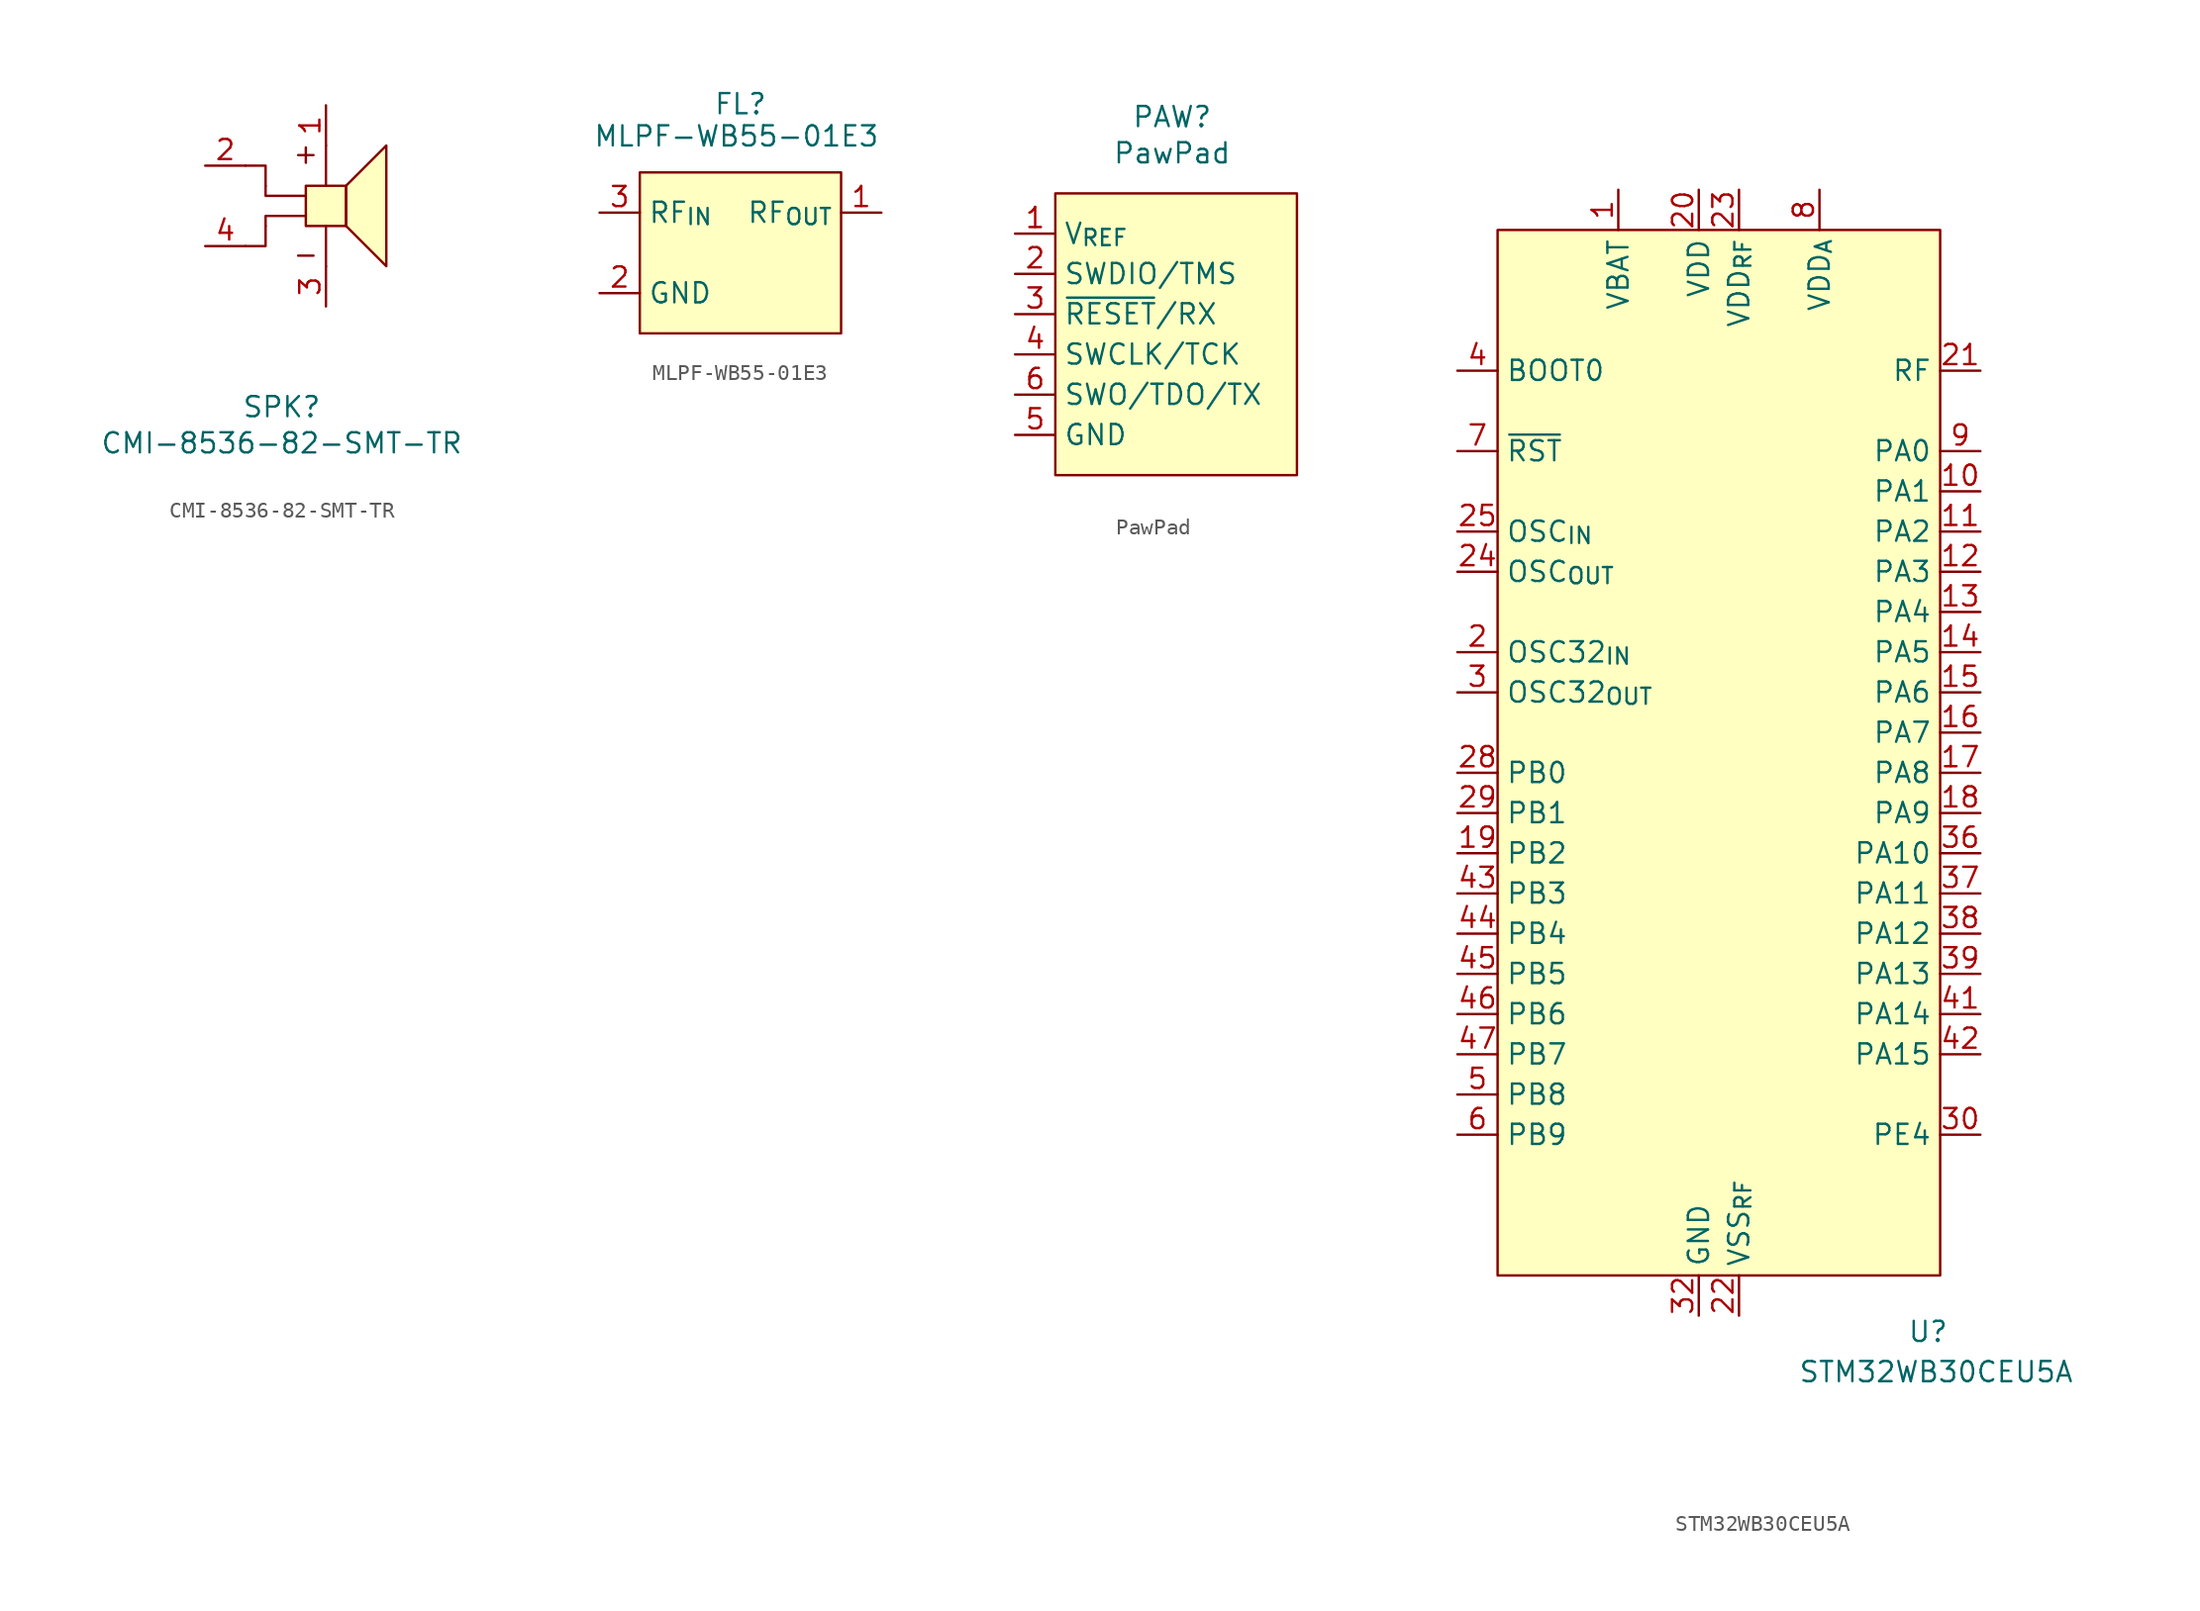
<source format=kicad_sym>
(kicad_symbol_lib
  (version 20231120)
  (generator "kicad_symbol_editor")
  (generator_version "8.0")
  (symbol "CMI-8536-82-SMT-TR"
    (property "Reference" "SPK"
      (at -0.254 -12.7 0)
      (effects (font (size 1.27 1.27))))
    (property "Value" "CMI-8536-82-SMT-TR"
      (at -0.254 -14.986 0)
      (effects (font (size 1.27 1.27))))
    (symbol "CMI-8536-82-SMT-TR_0_1"
      (polyline (pts (xy 2.54 -3.81) (xy 2.54 -1.27)) (stroke (width 0) (type default)) (fill (type none)))
      (polyline (pts (xy 2.54 1.27) (xy 2.54 3.81)) (stroke (width 0) (type default)) (fill (type none))))
    (symbol "CMI-8536-82-SMT-TR_1_1"
      (polyline (pts (xy -1.27 -1.27) (xy -1.27 -2.54) (xy -2.54 -2.54)) (stroke (width 0) (type default)) (fill (type none)))
      (polyline (pts (xy -1.27 1.27) (xy -1.27 2.54) (xy -2.54 2.54)) (stroke (width 0) (type default)) (fill (type none)))
      (polyline (pts (xy 1.27 -0.635) (xy -1.27 -0.635) (xy -1.27 -1.27)) (stroke (width 0) (type default)) (fill (type none)))
      (polyline (pts (xy 1.27 0.635) (xy -1.27 0.635) (xy -1.27 1.27)) (stroke (width 0) (type default)) (fill (type none)))
      (polyline (pts (xy 3.81 -1.27) (xy 3.81 1.27) (xy 1.27 1.27) (xy 1.27 -1.27) (xy 3.81 -1.27)) (stroke (width 0) (type default)) (fill (type background)))
      (polyline (pts (xy 6.35 -3.81) (xy 6.35 3.81) (xy 3.81 1.27) (xy 3.81 -1.27) (xy 6.35 -3.81)) (stroke (width 0) (type default)) (fill (type background)))
      (text "+" (at 1.27 3.302 0) (effects (font (size 1.27 1.27))))
      (text "-\n" (at 1.27 -3.048 0) (effects (font (size 1.27 1.27))))
      (pin input line (at 2.54 6.35 270) (length 2.54) (name "" (effects (font (size 1.27 1.27)))) (number "1" (effects (font (size 1.27 1.27)))))
      (pin input line (at -5.08 2.54 0) (length 2.54) (name "" (effects (font (size 1.27 1.27)))) (number "2" (effects (font (size 1.27 1.27)))))
      (pin input line (at 2.54 -6.35 90) (length 2.54) (name "" (effects (font (size 1.27 1.27)))) (number "3" (effects (font (size 1.27 1.27)))))
      (pin input line (at -5.08 -2.54 0) (length 2.54) (name "" (effects (font (size 1.27 1.27)))) (number "4" (effects (font (size 1.27 1.27)))))))
  (symbol "MLPF-WB55-01E3"
    (property "Reference" "FL"
      (at 0 9.398 0)
      (effects (font (size 1.27 1.27))))
    (property "Value" "MLPF-WB55-01E3"
      (at -0.254 7.366 0)
      (effects (font (size 1.27 1.27))))
    (symbol "MLPF-WB55-01E3_1_1"
      (rectangle (start -6.35 5.08) (end 6.35 -5.08) (stroke (width 0) (type default)) (fill (type background)))
      (pin passive line (at 8.89 2.54 180) (length 2.54) (name "RF_{OUT}" (effects (font (size 1.27 1.27)))) (number "1" (effects (font (size 1.27 1.27)))))
      (pin passive line (at -8.89 -2.54 0) (length 2.54) (name "GND" (effects (font (size 1.27 1.27)))) (number "2" (effects (font (size 1.27 1.27)))))
      (pin passive line (at -8.89 2.54 0) (length 2.54) (name "RF_{IN}" (effects (font (size 1.27 1.27)))) (number "3" (effects (font (size 1.27 1.27)))))
      (pin passive line (at -8.89 -2.54 0) (length 2.54) hide (name "GND" (effects (font (size 1.27 1.27)))) (number "4" (effects (font (size 1.27 1.27)))))
      (pin passive line (at -8.89 -2.54 0) (length 2.54) hide (name "GND" (effects (font (size 1.27 1.27)))) (number "5" (effects (font (size 1.27 1.27)))))
      (pin passive line (at -8.89 -2.54 0) (length 2.54) hide (name "GND" (effects (font (size 1.27 1.27)))) (number "6" (effects (font (size 1.27 1.27)))))))
  (symbol "PawPad"
    (property "Reference" "PAW"
      (at -0.254 13.716 0)
      (effects (font (size 1.27 1.27))))
    (property "Value" "PawPad"
      (at -0.254 11.43 0)
      (effects (font (size 1.27 1.27))))
    (symbol "PawPad_1_1"
      (rectangle (start -7.62 8.89) (end 7.62 -8.89) (stroke (width 0) (type default)) (fill (type background)))
      (pin input line (at -10.16 6.35 0) (length 2.54) (name "V_{REF}" (effects (font (size 1.27 1.27)))) (number "1" (effects (font (size 1.27 1.27)))))
      (pin input line (at -10.16 3.81 0) (length 2.54) (name "SWDIO/TMS" (effects (font (size 1.27 1.27)))) (number "2" (effects (font (size 1.27 1.27)))))
      (pin input line (at -10.16 1.27 0) (length 2.54) (name "~{RESET}/RX" (effects (font (size 1.27 1.27)))) (number "3" (effects (font (size 1.27 1.27)))))
      (pin input line (at -10.16 -1.27 0) (length 2.54) (name "SWCLK/TCK" (effects (font (size 1.27 1.27)))) (number "4" (effects (font (size 1.27 1.27)))))
      (pin input line (at -10.16 -6.35 0) (length 2.54) (name "GND" (effects (font (size 1.27 1.27)))) (number "5" (effects (font (size 1.27 1.27)))))
      (pin input line (at -10.16 -3.81 0) (length 2.54) (name "SWO/TDO/TX" (effects (font (size 1.27 1.27)))) (number "6" (effects (font (size 1.27 1.27)))))))
  (symbol "STM32WB30CEU5A"
    (property "Reference" "U"
      (at 13.208 -36.576 0)
      (effects (font (size 1.27 1.27))))
    (property "Value" "STM32WB30CEU5A"
      (at 13.716 -39.116 0)
      (effects (font (size 1.27 1.27))))
    (symbol "STM32WB30CEU5A_1_1"
      (rectangle (start -13.97 33.02) (end 13.97 -33.02) (stroke (width 0) (type default)) (fill (type background)))
      (pin input line (at -6.35 35.56 270) (length 2.54) (name "VBAT" (effects (font (size 1.27 1.27)))) (number "1" (effects (font (size 1.27 1.27)))))
      (pin input line (at 16.51 16.51 180) (length 2.54) (name "PA1" (effects (font (size 1.27 1.27)))) (number "10" (effects (font (size 1.27 1.27)))))
      (pin input line (at 16.51 13.97 180) (length 2.54) (name "PA2" (effects (font (size 1.27 1.27)))) (number "11" (effects (font (size 1.27 1.27)))))
      (pin input line (at 16.51 11.43 180) (length 2.54) (name "PA3" (effects (font (size 1.27 1.27)))) (number "12" (effects (font (size 1.27 1.27)))))
      (pin input line (at 16.51 8.89 180) (length 2.54) (name "PA4" (effects (font (size 1.27 1.27)))) (number "13" (effects (font (size 1.27 1.27)))))
      (pin input line (at 16.51 6.35 180) (length 2.54) (name "PA5" (effects (font (size 1.27 1.27)))) (number "14" (effects (font (size 1.27 1.27)))))
      (pin input line (at 16.51 3.81 180) (length 2.54) (name "PA6" (effects (font (size 1.27 1.27)))) (number "15" (effects (font (size 1.27 1.27)))))
      (pin input line (at 16.51 1.27 180) (length 2.54) (name "PA7" (effects (font (size 1.27 1.27)))) (number "16" (effects (font (size 1.27 1.27)))))
      (pin input line (at 16.51 -1.27 180) (length 2.54) (name "PA8" (effects (font (size 1.27 1.27)))) (number "17" (effects (font (size 1.27 1.27)))))
      (pin input line (at 16.51 -3.81 180) (length 2.54) (name "PA9" (effects (font (size 1.27 1.27)))) (number "18" (effects (font (size 1.27 1.27)))))
      (pin input line (at -16.51 -6.35 0) (length 2.54) (name "PB2" (effects (font (size 1.27 1.27)))) (number "19" (effects (font (size 1.27 1.27)))))
      (pin input line (at -16.51 6.35 0) (length 2.54) (name "OSC32_{IN}" (effects (font (size 1.27 1.27)))) (number "2" (effects (font (size 1.27 1.27)))))
      (pin input line (at -1.27 35.56 270) (length 2.54) (name "VDD" (effects (font (size 1.27 1.27)))) (number "20" (effects (font (size 1.27 1.27)))))
      (pin input line (at 16.51 24.13 180) (length 2.54) (name "RF" (effects (font (size 1.27 1.27)))) (number "21" (effects (font (size 1.27 1.27)))))
      (pin input line (at 1.27 -35.56 90) (length 2.54) (name "VSS_{RF}" (effects (font (size 1.27 1.27)))) (number "22" (effects (font (size 1.27 1.27)))))
      (pin input line (at 1.27 35.56 270) (length 2.54) (name "VDD_{RF}" (effects (font (size 1.27 1.27)))) (number "23" (effects (font (size 1.27 1.27)))))
      (pin input line (at -16.51 11.43 0) (length 2.54) (name "OSC_{OUT}" (effects (font (size 1.27 1.27)))) (number "24" (effects (font (size 1.27 1.27)))))
      (pin input line (at -16.51 13.97 0) (length 2.54) (name "OSC_{IN}" (effects (font (size 1.27 1.27)))) (number "25" (effects (font (size 1.27 1.27)))))
      (pin input line (at -16.51 -1.27 0) (length 2.54) (name "PB0" (effects (font (size 1.27 1.27)))) (number "28" (effects (font (size 1.27 1.27)))))
      (pin input line (at -16.51 -3.81 0) (length 2.54) (name "PB1" (effects (font (size 1.27 1.27)))) (number "29" (effects (font (size 1.27 1.27)))))
      (pin input line (at -16.51 3.81 0) (length 2.54) (name "OSC32_{OUT}" (effects (font (size 1.27 1.27)))) (number "3" (effects (font (size 1.27 1.27)))))
      (pin input line (at 16.51 -24.13 180) (length 2.54) (name "PE4" (effects (font (size 1.27 1.27)))) (number "30" (effects (font (size 1.27 1.27)))))
      (pin input line (at -1.27 35.56 270) (length 2.54) hide (name "VDD" (effects (font (size 1.27 1.27)))) (number "31" (effects (font (size 1.27 1.27)))))
      (pin input line (at -1.27 -35.56 90) (length 2.54) (name "GND" (effects (font (size 1.27 1.27)))) (number "32" (effects (font (size 1.27 1.27)))))
      (pin input line (at -1.27 35.56 270) (length 2.54) hide (name "VDD" (effects (font (size 1.27 1.27)))) (number "33" (effects (font (size 1.27 1.27)))))
      (pin input line (at -1.27 35.56 270) (length 2.54) hide (name "VDD" (effects (font (size 1.27 1.27)))) (number "34" (effects (font (size 1.27 1.27)))))
      (pin input line (at -1.27 35.56 270) (length 2.54) hide (name "VDD" (effects (font (size 1.27 1.27)))) (number "35" (effects (font (size 1.27 1.27)))))
      (pin input line (at 16.51 -6.35 180) (length 2.54) (name "PA10" (effects (font (size 1.27 1.27)))) (number "36" (effects (font (size 1.27 1.27)))))
      (pin input line (at 16.51 -8.89 180) (length 2.54) (name "PA11" (effects (font (size 1.27 1.27)))) (number "37" (effects (font (size 1.27 1.27)))))
      (pin input line (at 16.51 -11.43 180) (length 2.54) (name "PA12" (effects (font (size 1.27 1.27)))) (number "38" (effects (font (size 1.27 1.27)))))
      (pin input line (at 16.51 -13.97 180) (length 2.54) (name "PA13" (effects (font (size 1.27 1.27)))) (number "39" (effects (font (size 1.27 1.27)))))
      (pin input line (at -16.51 24.13 0) (length 2.54) (name "BOOT0" (effects (font (size 1.27 1.27)))) (number "4" (effects (font (size 1.27 1.27)))))
      (pin input line (at -1.27 35.56 270) (length 2.54) hide (name "VDD" (effects (font (size 1.27 1.27)))) (number "40" (effects (font (size 1.27 1.27)))))
      (pin input line (at 16.51 -16.51 180) (length 2.54) (name "PA14" (effects (font (size 1.27 1.27)))) (number "41" (effects (font (size 1.27 1.27)))))
      (pin input line (at 16.51 -19.05 180) (length 2.54) (name "PA15" (effects (font (size 1.27 1.27)))) (number "42" (effects (font (size 1.27 1.27)))))
      (pin input line (at -16.51 -8.89 0) (length 2.54) (name "PB3" (effects (font (size 1.27 1.27)))) (number "43" (effects (font (size 1.27 1.27)))))
      (pin input line (at -16.51 -11.43 0) (length 2.54) (name "PB4" (effects (font (size 1.27 1.27)))) (number "44" (effects (font (size 1.27 1.27)))))
      (pin input line (at -16.51 -13.97 0) (length 2.54) (name "PB5" (effects (font (size 1.27 1.27)))) (number "45" (effects (font (size 1.27 1.27)))))
      (pin input line (at -16.51 -16.51 0) (length 2.54) (name "PB6" (effects (font (size 1.27 1.27)))) (number "46" (effects (font (size 1.27 1.27)))))
      (pin input line (at -16.51 -19.05 0) (length 2.54) (name "PB7" (effects (font (size 1.27 1.27)))) (number "47" (effects (font (size 1.27 1.27)))))
      (pin input line (at -1.27 35.56 270) (length 2.54) hide (name "VDD" (effects (font (size 1.27 1.27)))) (number "48" (effects (font (size 1.27 1.27)))))
      (pin input line (at -1.27 -35.56 90) (length 2.54) hide (name "EP" (effects (font (size 1.27 1.27)))) (number "49" (effects (font (size 1.27 1.27)))))
      (pin input line (at -16.51 -21.59 0) (length 2.54) (name "PB8" (effects (font (size 1.27 1.27)))) (number "5" (effects (font (size 1.27 1.27)))))
      (pin input line (at -16.51 -24.13 0) (length 2.54) (name "PB9" (effects (font (size 1.27 1.27)))) (number "6" (effects (font (size 1.27 1.27)))))
      (pin input line (at -16.51 19.05 0) (length 2.54) (name "~{RST}" (effects (font (size 1.27 1.27)))) (number "7" (effects (font (size 1.27 1.27)))))
      (pin input line (at 6.35 35.56 270) (length 2.54) (name "VDD_{A}" (effects (font (size 1.27 1.27)))) (number "8" (effects (font (size 1.27 1.27)))))
      (pin input line (at 16.51 19.05 180) (length 2.54) (name "PA0" (effects (font (size 1.27 1.27)))) (number "9" (effects (font (size 1.27 1.27))))))))
</source>
